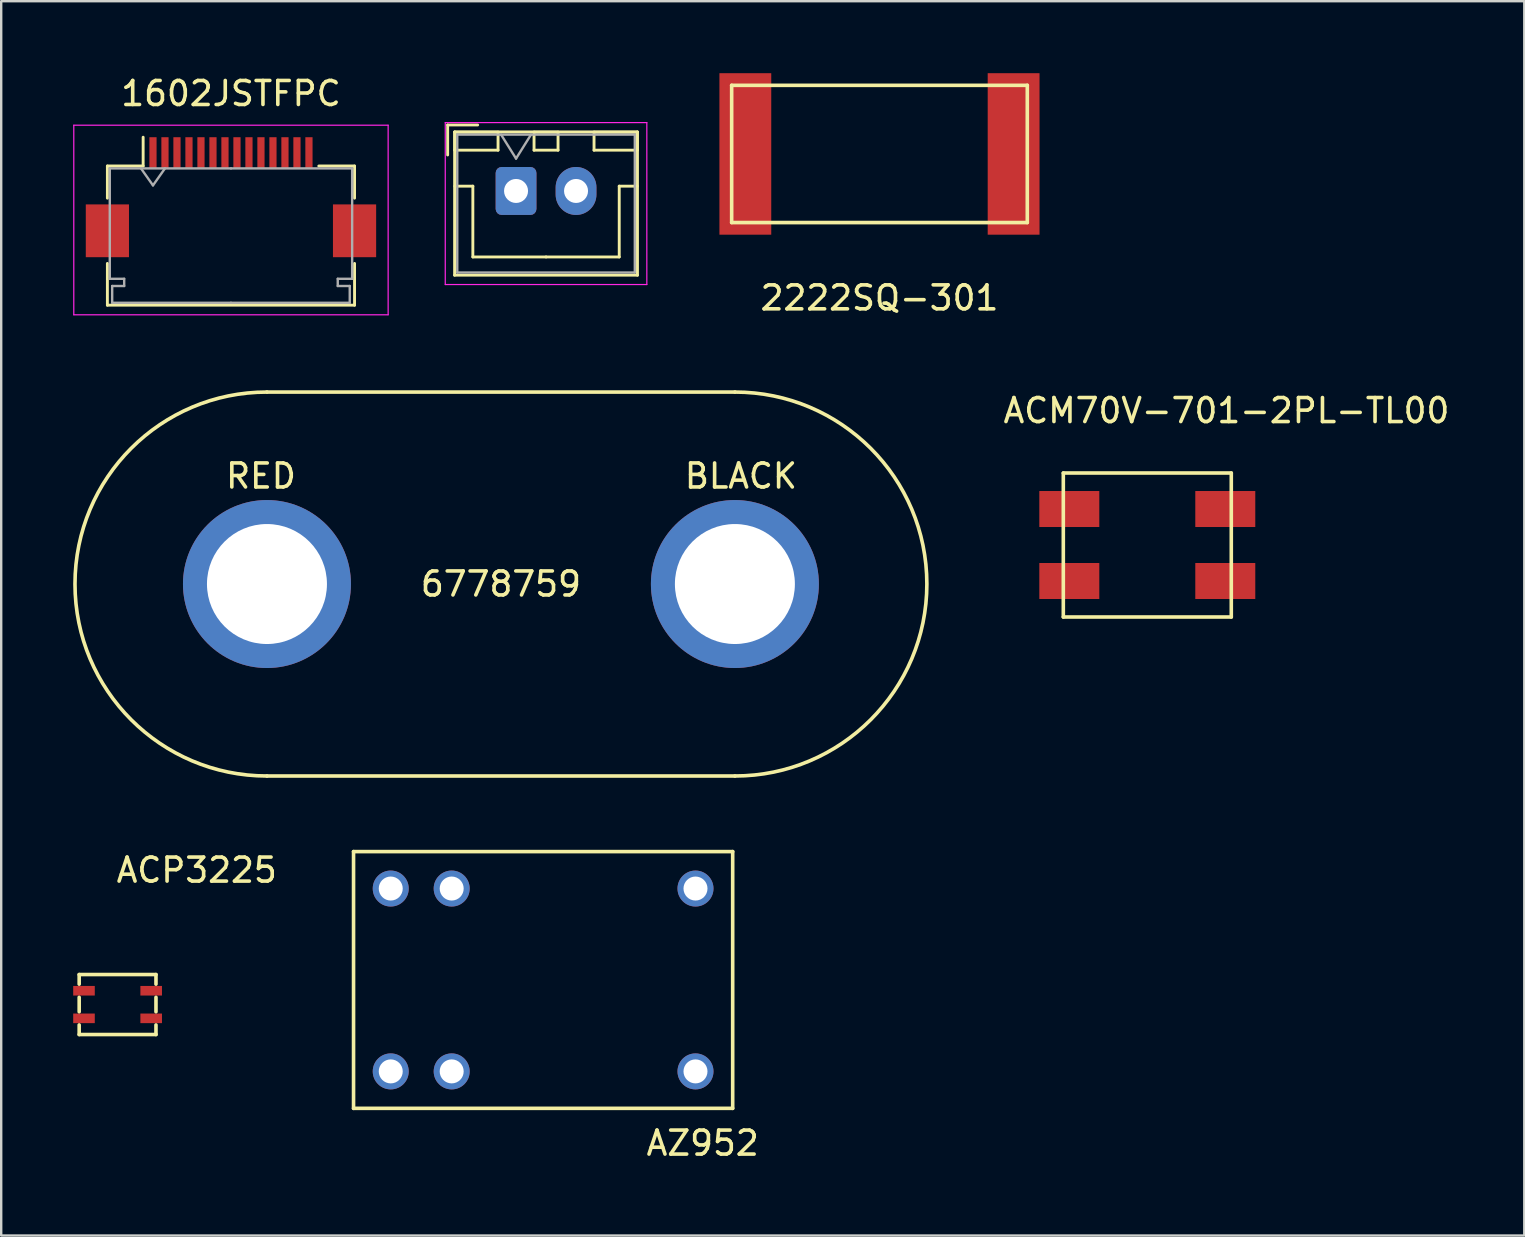
<source format=kicad_pcb>
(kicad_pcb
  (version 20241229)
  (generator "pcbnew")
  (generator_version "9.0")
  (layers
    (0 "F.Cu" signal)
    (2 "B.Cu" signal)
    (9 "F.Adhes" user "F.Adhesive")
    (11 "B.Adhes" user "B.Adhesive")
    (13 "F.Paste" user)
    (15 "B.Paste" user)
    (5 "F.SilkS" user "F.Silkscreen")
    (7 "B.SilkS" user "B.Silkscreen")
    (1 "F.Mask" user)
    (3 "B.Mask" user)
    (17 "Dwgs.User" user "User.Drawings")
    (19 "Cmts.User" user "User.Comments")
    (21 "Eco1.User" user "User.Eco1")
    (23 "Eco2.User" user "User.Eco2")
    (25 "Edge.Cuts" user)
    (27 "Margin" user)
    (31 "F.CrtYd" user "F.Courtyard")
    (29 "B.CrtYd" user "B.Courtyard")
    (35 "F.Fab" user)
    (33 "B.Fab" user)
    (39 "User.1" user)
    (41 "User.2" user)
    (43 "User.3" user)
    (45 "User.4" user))
  (footprint "ACM70V-701-2PL-TL00"
    (layer "F.Cu")
    (at 44.761 19.662)
    (property "Reference" "ACM70V-701-2PL-TL00" (at 3.3 -5.6 0) (layer "F.SilkS") (effects (font (size 1 1) (thickness 0.15))))
    (attr through_hole)
    (fp_line (start -3.5 -3) (end -3.5 3) (stroke (width 0.15) (type solid)) (layer "F.SilkS"))
    (fp_line (start -3.5 -3) (end 3.5 -3) (stroke (width 0.15) (type solid)) (layer "F.SilkS"))
    (fp_line (start -3.5 3) (end 3.5 3) (stroke (width 0.15) (type solid)) (layer "F.SilkS"))
    (fp_line (start 3.5 3) (end 3.5 -3) (stroke (width 0.15) (type solid)) (layer "F.SilkS"))
    (pad "1" smd rect (at -3.25 -1.5) (size 2.5 1.5) (layers "F.Cu" "F.Mask" "F.Paste"))
    (pad "2" smd rect (at -3.25 1.5) (size 2.5 1.5) (layers "F.Cu" "F.Mask" "F.Paste"))
    (pad "3" smd rect (at 3.25 1.5) (size 2.5 1.5) (layers "F.Cu" "F.Mask" "F.Paste"))
    (pad "4" smd rect (at 3.25 -1.5) (size 2.5 1.5) (layers "F.Cu" "F.Mask" "F.Paste")))
  (footprint "ACP3225"
    (layer "F.Cu")
    (at 1.85 38.812)
    (property "Reference" "ACP3225" (at 3.3 -5.6 0) (layer "F.SilkS") (effects (font (size 1 1) (thickness 0.15))))
    (attr through_hole)
    (fp_line (start -1.6 -1.25) (end -1.6 -0.85) (stroke (width 0.15) (type solid)) (layer "F.SilkS"))
    (fp_line (start -1.6 -0.3) (end -1.6 0.3) (stroke (width 0.15) (type solid)) (layer "F.SilkS"))
    (fp_line (start -1.6 1.25) (end -1.6 0.85) (stroke (width 0.15) (type solid)) (layer "F.SilkS"))
    (fp_line (start 1.6 -1.25) (end -1.6 -1.25) (stroke (width 0.15) (type solid)) (layer "F.SilkS"))
    (fp_line (start 1.6 -1.25) (end 1.6 -0.85) (stroke (width 0.15) (type solid)) (layer "F.SilkS"))
    (fp_line (start 1.6 -0.3) (end 1.6 0.3) (stroke (width 0.15) (type solid)) (layer "F.SilkS"))
    (fp_line (start 1.6 0.85) (end 1.6 1.25) (stroke (width 0.15) (type solid)) (layer "F.SilkS"))
    (fp_line (start 1.6 1.25) (end -1.6 1.25) (stroke (width 0.15) (type solid)) (layer "F.SilkS"))
    (pad "1" smd rect (at -1.4 -0.575) (size 0.9 0.4) (layers "F.Cu" "F.Mask" "F.Paste"))
    (pad "2" smd rect (at -1.4 0.575) (size 0.9 0.4) (layers "F.Cu" "F.Mask" "F.Paste"))
    (pad "3" smd rect (at 1.4 0.575) (size 0.9 0.4) (layers "F.Cu" "F.Mask" "F.Paste"))
    (pad "4" smd rect (at 1.4 -0.575) (size 0.9 0.4) (layers "F.Cu" "F.Mask" "F.Paste")))
  (footprint "2222SQ-301"
    (layer "F.Cu")
    (at 33.6 3.365)
    (property "Reference" "2222SQ-301" (at 0 6 0) (layer "F.SilkS") (effects (font (size 1 1) (thickness 0.15))))
    (attr through_hole)
    (fp_line (start -6.16 2.86) (end -6.16 -2.86) (stroke (width 0.15) (type solid)) (layer "F.SilkS"))
    (fp_line (start -6.16 2.86) (end 6.16 2.86) (stroke (width 0.15) (type solid)) (layer "F.SilkS"))
    (fp_line (start 6.16 -2.86) (end -6.16 -2.86) (stroke (width 0.15) (type solid)) (layer "F.SilkS"))
    (fp_line (start 6.16 2.86) (end 6.16 -2.86) (stroke (width 0.15) (type solid)) (layer "F.SilkS"))
    (pad "1" smd rect (at 5.59 0) (size 2.16 6.73) (layers "F.Cu" "F.Mask" "F.Paste"))
    (pad "2" smd rect (at -5.59 0) (size 2.16 6.73) (layers "F.Cu" "F.Mask" "F.Paste")))
  (footprint "AZ952"
    (layer "F.Cu")
    (at 19.583 37.788)
    (property "Reference" "AZ952" (at 6.65 6.8 0) (layer "F.SilkS") (effects (font (size 1 1) (thickness 0.15))))
    (attr through_hole)
    (fp_line (start -7.9 -5.35) (end 7.9 -5.35) (stroke (width 0.15) (type solid)) (layer "F.SilkS"))
    (fp_line (start -7.9 5.35) (end -7.9 -5.35) (stroke (width 0.15) (type solid)) (layer "F.SilkS"))
    (fp_line (start 7.9 -5.35) (end 7.9 5.35) (stroke (width 0.15) (type solid)) (layer "F.SilkS"))
    (fp_line (start 7.9 5.35) (end -7.9 5.35) (stroke (width 0.15) (type solid)) (layer "F.SilkS"))
    (pad "1" thru_hole circle (at -6.35 3.81) (size 1.5 1.5) (drill 1) (layers "*.Cu" "*.Mask"))
    (pad "2" thru_hole circle (at -3.81 3.81) (size 1.5 1.5) (drill 1) (layers "*.Cu" "*.Mask"))
    (pad "6" thru_hole circle (at 6.35 3.81) (size 1.5 1.5) (drill 1) (layers "*.Cu" "*.Mask"))
    (pad "7" thru_hole circle (at 6.35 -3.81) (size 1.5 1.5) (drill 1) (layers "*.Cu" "*.Mask"))
    (pad "11" thru_hole circle (at -3.81 -3.81) (size 1.5 1.5) (drill 1) (layers "*.Cu" "*.Mask"))
    (pad "12" thru_hole circle (at -6.35 -3.81) (size 1.5 1.5) (drill 1) (layers "*.Cu" "*.Mask")))
  (footprint "1602JSTFPC"
    (layer "F.Cu")
    (at 6.625 4.838)
    (property "Reference" "1602JSTFPC" (at -0.05 -3.99 0) (layer "F.SilkS") (effects (font (size 1 1) (thickness 0.15))))
    (attr through_hole)
    (fp_line (start -5.2 -0.97) (end -5.2 0.37) (stroke (width 0.12) (type solid)) (layer "F.SilkS"))
    (fp_line (start -5.2 3.09) (end -5.2 4.83) (stroke (width 0.12) (type solid)) (layer "F.SilkS"))
    (fp_line (start -5.2 4.83) (end 5.1 4.83) (stroke (width 0.12) (type solid)) (layer "F.SilkS"))
    (fp_line (start -3.71 -0.97) (end -5.2 -0.97) (stroke (width 0.12) (type solid)) (layer "F.SilkS"))
    (fp_line (start -3.71 -0.97) (end -3.71 -2.17) (stroke (width 0.12) (type solid)) (layer "F.SilkS"))
    (fp_line (start 3.61 -0.97) (end 5.1 -0.97) (stroke (width 0.12) (type solid)) (layer "F.SilkS"))
    (fp_line (start 5.1 -0.97) (end 5.1 0.37) (stroke (width 0.12) (type solid)) (layer "F.SilkS"))
    (fp_line (start 5.1 4.83) (end 5.1 3.09) (stroke (width 0.12) (type solid)) (layer "F.SilkS"))
    (fp_line (start 8.98 -2.68) (end 8.98 -1.43) (stroke (width 0.12) (type solid)) (layer "F.SilkS"))
    (fp_line (start 9.27 -2.39) (end 9.27 3.58) (stroke (width 0.12) (type solid)) (layer "F.SilkS"))
    (fp_line (start 9.27 3.58) (end 16.89 3.58) (stroke (width 0.12) (type solid)) (layer "F.SilkS"))
    (fp_line (start 9.28 -2.38) (end 9.28 -1.63) (stroke (width 0.12) (type solid)) (layer "F.SilkS"))
    (fp_line (start 9.28 -1.63) (end 11.08 -1.63) (stroke (width 0.12) (type solid)) (layer "F.SilkS"))
    (fp_line (start 9.28 -0.13) (end 10.03 -0.13) (stroke (width 0.12) (type solid)) (layer "F.SilkS"))
    (fp_line (start 10.03 -0.13) (end 10.03 2.82) (stroke (width 0.12) (type solid)) (layer "F.SilkS"))
    (fp_line (start 10.03 2.82) (end 13.08 2.82) (stroke (width 0.12) (type solid)) (layer "F.SilkS"))
    (fp_line (start 10.23 -2.68) (end 8.98 -2.68) (stroke (width 0.12) (type solid)) (layer "F.SilkS"))
    (fp_line (start 11.08 -2.38) (end 9.28 -2.38) (stroke (width 0.12) (type solid)) (layer "F.SilkS"))
    (fp_line (start 11.08 -1.63) (end 11.08 -2.38) (stroke (width 0.12) (type solid)) (layer "F.SilkS"))
    (fp_line (start 12.58 -2.38) (end 12.58 -1.63) (stroke (width 0.12) (type solid)) (layer "F.SilkS"))
    (fp_line (start 12.58 -1.63) (end 13.58 -1.63) (stroke (width 0.12) (type solid)) (layer "F.SilkS"))
    (fp_line (start 13.58 -2.38) (end 12.58 -2.38) (stroke (width 0.12) (type solid)) (layer "F.SilkS"))
    (fp_line (start 13.58 -1.63) (end 13.58 -2.38) (stroke (width 0.12) (type solid)) (layer "F.SilkS"))
    (fp_line (start 15.08 -2.38) (end 15.08 -1.63) (stroke (width 0.12) (type solid)) (layer "F.SilkS"))
    (fp_line (start 15.08 -1.63) (end 16.88 -1.63) (stroke (width 0.12) (type solid)) (layer "F.SilkS"))
    (fp_line (start 16.13 -0.13) (end 16.13 2.82) (stroke (width 0.12) (type solid)) (layer "F.SilkS"))
    (fp_line (start 16.13 2.82) (end 13.08 2.82) (stroke (width 0.12) (type solid)) (layer "F.SilkS"))
    (fp_line (start 16.88 -2.38) (end 15.08 -2.38) (stroke (width 0.12) (type solid)) (layer "F.SilkS"))
    (fp_line (start 16.88 -1.63) (end 16.88 -2.38) (stroke (width 0.12) (type solid)) (layer "F.SilkS"))
    (fp_line (start 16.88 -0.13) (end 16.13 -0.13) (stroke (width 0.12) (type solid)) (layer "F.SilkS"))
    (fp_line (start 16.89 -2.39) (end 9.27 -2.39) (stroke (width 0.12) (type solid)) (layer "F.SilkS"))
    (fp_line (start 16.89 3.58) (end 16.89 -2.39) (stroke (width 0.12) (type solid)) (layer "F.SilkS"))
    (fp_line (start -6.6 -2.67) (end -6.6 5.23) (stroke (width 0.05) (type solid)) (layer "F.CrtYd"))
    (fp_line (start -6.6 5.23) (end 6.5 5.23) (stroke (width 0.05) (type solid)) (layer "F.CrtYd"))
    (fp_line (start 6.5 -2.67) (end -6.6 -2.67) (stroke (width 0.05) (type solid)) (layer "F.CrtYd"))
    (fp_line (start 6.5 5.23) (end 6.5 -2.67) (stroke (width 0.05) (type solid)) (layer "F.CrtYd"))
    (fp_line (start 8.88 -2.78) (end 8.88 3.97) (stroke (width 0.05) (type solid)) (layer "F.CrtYd"))
    (fp_line (start 8.88 3.97) (end 17.28 3.97) (stroke (width 0.05) (type solid)) (layer "F.CrtYd"))
    (fp_line (start 17.28 -2.78) (end 8.88 -2.78) (stroke (width 0.05) (type solid)) (layer "F.CrtYd"))
    (fp_line (start 17.28 3.97) (end 17.28 -2.78) (stroke (width 0.05) (type solid)) (layer "F.CrtYd"))
    (fp_line (start -5.1 -0.87) (end -5.1 3.73) (stroke (width 0.1) (type solid)) (layer "F.Fab"))
    (fp_line (start -5.1 3.73) (end -4.5 3.73) (stroke (width 0.1) (type solid)) (layer "F.Fab"))
    (fp_line (start -5 4.03) (end -5 4.73) (stroke (width 0.1) (type solid)) (layer "F.Fab"))
    (fp_line (start -5 4.73) (end -0.05 4.73) (stroke (width 0.1) (type solid)) (layer "F.Fab"))
    (fp_line (start -4.5 3.73) (end -4.5 4.03) (stroke (width 0.1) (type solid)) (layer "F.Fab"))
    (fp_line (start -4.5 4.03) (end -5 4.03) (stroke (width 0.1) (type solid)) (layer "F.Fab"))
    (fp_line (start -3.8 -0.87) (end -3.3 -0.163) (stroke (width 0.1) (type solid)) (layer "F.Fab"))
    (fp_line (start -3.3 -0.163) (end -2.8 -0.87) (stroke (width 0.1) (type solid)) (layer "F.Fab"))
    (fp_line (start -0.05 -0.87) (end -5.1 -0.87) (stroke (width 0.1) (type solid)) (layer "F.Fab"))
    (fp_line (start -0.05 -0.87) (end 5 -0.87) (stroke (width 0.1) (type solid)) (layer "F.Fab"))
    (fp_line (start 4.4 3.73) (end 4.4 4.03) (stroke (width 0.1) (type solid)) (layer "F.Fab"))
    (fp_line (start 4.4 4.03) (end 4.9 4.03) (stroke (width 0.1) (type solid)) (layer "F.Fab"))
    (fp_line (start 4.9 4.03) (end 4.9 4.73) (stroke (width 0.1) (type solid)) (layer "F.Fab"))
    (fp_line (start 4.9 4.73) (end -0.05 4.73) (stroke (width 0.1) (type solid)) (layer "F.Fab"))
    (fp_line (start 5 -0.87) (end 5 3.73) (stroke (width 0.1) (type solid)) (layer "F.Fab"))
    (fp_line (start 5 3.73) (end 4.4 3.73) (stroke (width 0.1) (type solid)) (layer "F.Fab"))
    (fp_line (start 9.38 -2.28) (end 9.38 3.47) (stroke (width 0.1) (type solid)) (layer "F.Fab"))
    (fp_line (start 9.38 3.47) (end 16.78 3.47) (stroke (width 0.1) (type solid)) (layer "F.Fab"))
    (fp_line (start 11.205 -2.28) (end 11.83 -1.28) (stroke (width 0.1) (type solid)) (layer "F.Fab"))
    (fp_line (start 11.83 -1.28) (end 12.455 -2.28) (stroke (width 0.1) (type solid)) (layer "F.Fab"))
    (fp_line (start 16.78 -2.28) (end 9.38 -2.28) (stroke (width 0.1) (type solid)) (layer "F.Fab"))
    (fp_line (start 16.78 3.47) (end 16.78 -2.28) (stroke (width 0.1) (type solid)) (layer "F.Fab"))
    (pad "1" smd rect (at -3.3 -1.52) (size 0.3 1.3) (layers "F.Cu" "F.Mask" "F.Paste"))
    (pad "2" smd rect (at -2.8 -1.52) (size 0.3 1.3) (layers "F.Cu" "F.Mask" "F.Paste"))
    (pad "3" smd rect (at -2.3 -1.52) (size 0.3 1.3) (layers "F.Cu" "F.Mask" "F.Paste"))
    (pad "4" smd rect (at -1.8 -1.52) (size 0.3 1.3) (layers "F.Cu" "F.Mask" "F.Paste"))
    (pad "5" smd rect (at -1.3 -1.52) (size 0.3 1.3) (layers "F.Cu" "F.Mask" "F.Paste"))
    (pad "6" smd rect (at -0.8 -1.52) (size 0.3 1.3) (layers "F.Cu" "F.Mask" "F.Paste"))
    (pad "7" smd rect (at -0.3 -1.52) (size 0.3 1.3) (layers "F.Cu" "F.Mask" "F.Paste"))
    (pad "8" smd rect (at 0.2 -1.52) (size 0.3 1.3) (layers "F.Cu" "F.Mask" "F.Paste"))
    (pad "9" smd rect (at 0.7 -1.52) (size 0.3 1.3) (layers "F.Cu" "F.Mask" "F.Paste"))
    (pad "10" smd rect (at 1.2 -1.52) (size 0.3 1.3) (layers "F.Cu" "F.Mask" "F.Paste"))
    (pad "11" smd rect (at 1.7 -1.52) (size 0.3 1.3) (layers "F.Cu" "F.Mask" "F.Paste"))
    (pad "12" smd rect (at 2.2 -1.52) (size 0.3 1.3) (layers "F.Cu" "F.Mask" "F.Paste"))
    (pad "13" smd rect (at 2.7 -1.52) (size 0.3 1.3) (layers "F.Cu" "F.Mask" "F.Paste"))
    (pad "14" smd rect (at 3.2 -1.52) (size 0.3 1.3) (layers "F.Cu" "F.Mask" "F.Paste"))
    (pad "15" thru_hole roundrect (at 11.83 0.07) (size 1.7 2) (drill 1) (layers "*.Cu" "*.Mask") (roundrect_rratio 0.147))
    (pad "16" thru_hole oval (at 14.33 0.07) (size 1.7 2) (drill 1) (layers "*.Cu" "*.Mask"))
    (pad "MP" smd rect (at -5.2 1.73) (size 1.8 2.2) (layers "F.Cu" "F.Mask" "F.Paste"))
    (pad "MP" smd rect (at 5.1 1.73) (size 1.8 2.2) (layers "F.Cu" "F.Mask" "F.Paste")))
  (footprint "6778759"
    (layer "F.Cu")
    (at 17.825 21.288)
    (property "Reference" "6778759" (at 0 0 0) (layer "F.SilkS") (effects (font (size 1 1) (thickness 0.15))))
    (attr through_hole)
    (fp_line (start -9.75 8) (end 9.75 8) (stroke (width 0.15) (type solid)) (layer "F.SilkS"))
    (fp_line (start 9.75 -8) (end -9.75 -8) (stroke (width 0.15) (type solid)) (layer "F.SilkS"))
    (fp_arc (start -9.75 8) (mid -17.75 0) (end -9.75 -8) (stroke (width 0.15) (type solid)) (layer "F.SilkS"))
    (fp_arc (start 9.75 -8) (mid 17.75 0) (end 9.75 8) (stroke (width 0.15) (type solid)) (layer "F.SilkS"))
    (fp_text user "BLACK" (at 10 -4.5 0) (layer "F.SilkS") (effects (font (size 1 1) (thickness 0.15))))
    (fp_text user "RED" (at -10 -4.5 0) (layer "F.SilkS") (effects (font (size 1 1) (thickness 0.15))))
    (pad "1" thru_hole circle (at -9.75 0) (size 7 7) (drill 5) (layers "*.Cu" "*.Mask"))
    (pad "2" thru_hole circle (at 9.75 0) (size 7 7) (drill 5) (layers "*.Cu" "*.Mask")))
  (gr_rect
    (start -3 -3)
    (end 60.471 48.437)
    (stroke (width 0.1) (type default))
    (fill no)
    (layer "Edge.Cuts")))
</source>
